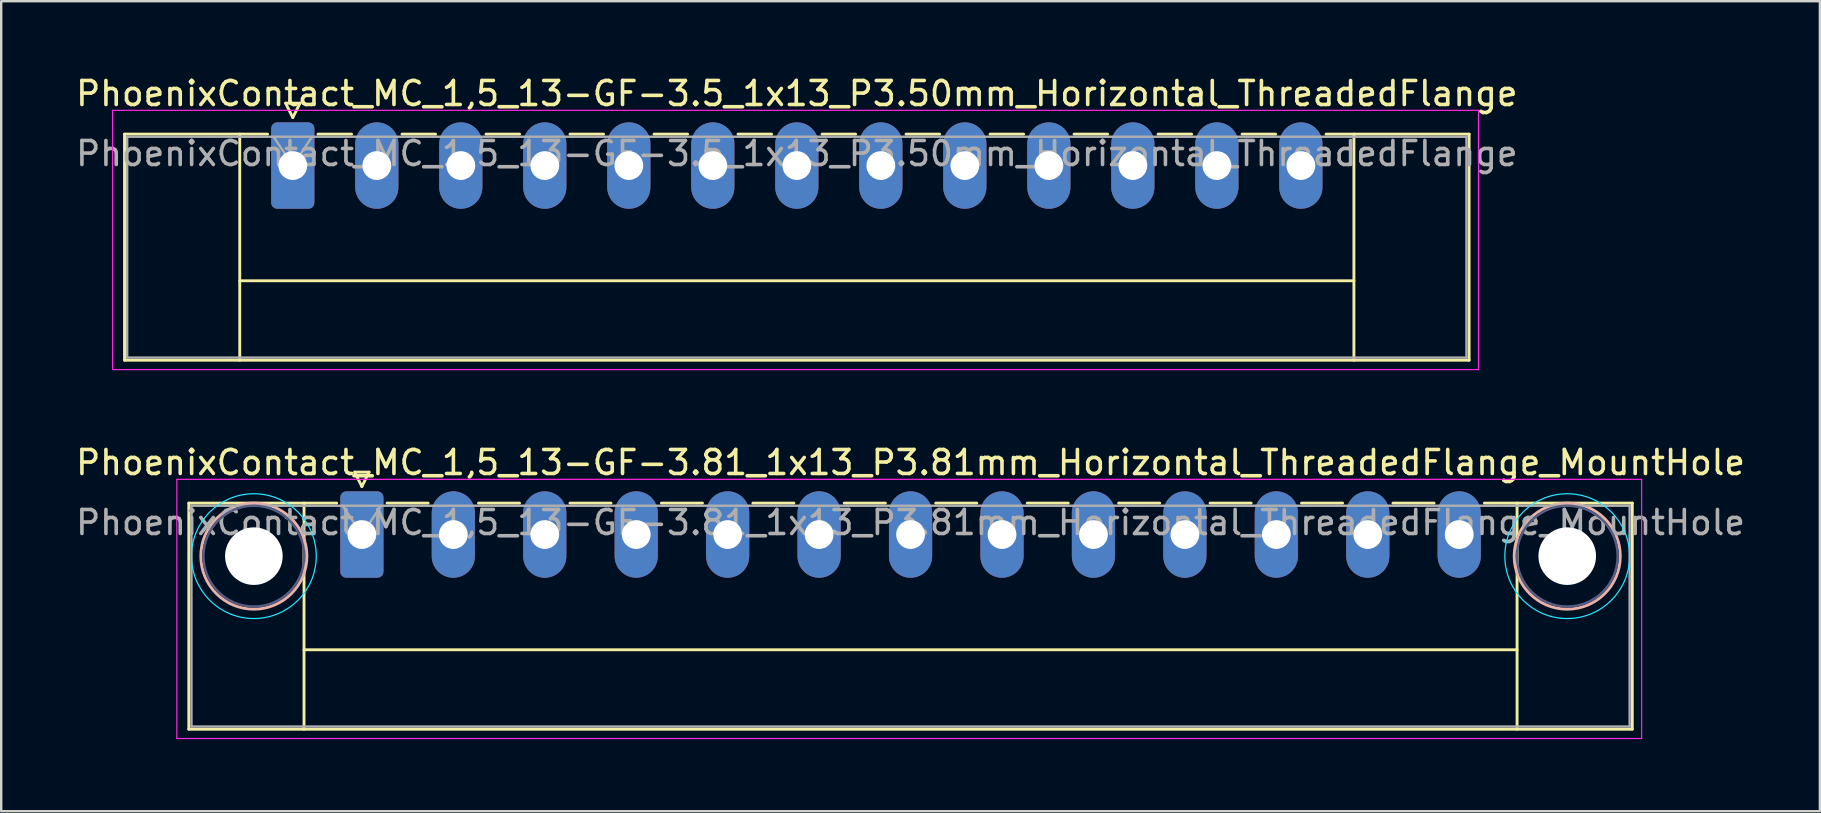
<source format=kicad_pcb>
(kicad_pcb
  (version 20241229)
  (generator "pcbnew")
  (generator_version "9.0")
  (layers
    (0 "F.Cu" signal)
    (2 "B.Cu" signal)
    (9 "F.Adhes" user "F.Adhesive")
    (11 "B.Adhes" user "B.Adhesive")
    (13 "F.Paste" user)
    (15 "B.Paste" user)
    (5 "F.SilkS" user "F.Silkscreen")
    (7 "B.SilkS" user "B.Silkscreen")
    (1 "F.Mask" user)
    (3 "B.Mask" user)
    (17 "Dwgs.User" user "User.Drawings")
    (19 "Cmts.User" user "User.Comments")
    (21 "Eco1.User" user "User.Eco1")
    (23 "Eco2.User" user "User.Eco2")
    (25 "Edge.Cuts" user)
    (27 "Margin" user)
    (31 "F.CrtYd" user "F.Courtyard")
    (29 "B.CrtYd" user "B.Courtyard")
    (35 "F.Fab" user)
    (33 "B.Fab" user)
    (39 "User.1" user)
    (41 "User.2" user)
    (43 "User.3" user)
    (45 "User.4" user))
  (footprint "PhoenixContact_MC_1,5_13-GF-3.5_1x13_P3.50mm_Horizontal_ThreadedFlange"
    (layer "F.Cu")
    (at 9.149 3.848)
    (property "Reference" "PhoenixContact_MC_1,5_13-GF-3.5_1x13_P3.50mm_Horizontal_ThreadedFlange" (at 21 -3 0) (layer "F.SilkS") (effects (font (size 1 1) (thickness 0.15))))
    (attr through_hole)
    (fp_line (start -7.01 -1.31) (end -7.01 8.11) (stroke (width 0.12) (type solid)) (layer "F.SilkS"))
    (fp_line (start -7.01 -1.31) (end -1.05 -1.31) (stroke (width 0.12) (type solid)) (layer "F.SilkS"))
    (fp_line (start -7.01 8.11) (end 49.01 8.11) (stroke (width 0.12) (type solid)) (layer "F.SilkS"))
    (fp_line (start -2.21 -1.31) (end -2.21 8.11) (stroke (width 0.12) (type solid)) (layer "F.SilkS"))
    (fp_line (start -2.21 4.8) (end 44.21 4.8) (stroke (width 0.12) (type solid)) (layer "F.SilkS"))
    (fp_line (start -0.3 -2.6) (end 0.3 -2.6) (stroke (width 0.12) (type solid)) (layer "F.SilkS"))
    (fp_line (start 0 -2) (end -0.3 -2.6) (stroke (width 0.12) (type solid)) (layer "F.SilkS"))
    (fp_line (start 0.3 -2.6) (end 0 -2) (stroke (width 0.12) (type solid)) (layer "F.SilkS"))
    (fp_line (start 1.05 -1.31) (end 2.45 -1.31) (stroke (width 0.12) (type solid)) (layer "F.SilkS"))
    (fp_line (start 4.55 -1.31) (end 5.95 -1.31) (stroke (width 0.12) (type solid)) (layer "F.SilkS"))
    (fp_line (start 8.05 -1.31) (end 9.45 -1.31) (stroke (width 0.12) (type solid)) (layer "F.SilkS"))
    (fp_line (start 11.55 -1.31) (end 12.95 -1.31) (stroke (width 0.12) (type solid)) (layer "F.SilkS"))
    (fp_line (start 15.05 -1.31) (end 16.45 -1.31) (stroke (width 0.12) (type solid)) (layer "F.SilkS"))
    (fp_line (start 18.55 -1.31) (end 19.95 -1.31) (stroke (width 0.12) (type solid)) (layer "F.SilkS"))
    (fp_line (start 22.05 -1.31) (end 23.45 -1.31) (stroke (width 0.12) (type solid)) (layer "F.SilkS"))
    (fp_line (start 25.55 -1.31) (end 26.95 -1.31) (stroke (width 0.12) (type solid)) (layer "F.SilkS"))
    (fp_line (start 29.05 -1.31) (end 30.45 -1.31) (stroke (width 0.12) (type solid)) (layer "F.SilkS"))
    (fp_line (start 32.55 -1.31) (end 33.95 -1.31) (stroke (width 0.12) (type solid)) (layer "F.SilkS"))
    (fp_line (start 36.05 -1.31) (end 37.45 -1.31) (stroke (width 0.12) (type solid)) (layer "F.SilkS"))
    (fp_line (start 39.55 -1.31) (end 40.95 -1.31) (stroke (width 0.12) (type solid)) (layer "F.SilkS"))
    (fp_line (start 44.21 -1.31) (end 44.21 8.11) (stroke (width 0.12) (type solid)) (layer "F.SilkS"))
    (fp_line (start 49.01 -1.31) (end 43.05 -1.31) (stroke (width 0.12) (type solid)) (layer "F.SilkS"))
    (fp_line (start 49.01 8.11) (end 49.01 -1.31) (stroke (width 0.12) (type solid)) (layer "F.SilkS"))
    (fp_line (start -7.51 -2.3) (end -7.51 8.5) (stroke (width 0.05) (type solid)) (layer "F.CrtYd"))
    (fp_line (start -7.51 8.5) (end 49.4 8.5) (stroke (width 0.05) (type solid)) (layer "F.CrtYd"))
    (fp_line (start 49.4 -2.3) (end -7.51 -2.3) (stroke (width 0.05) (type solid)) (layer "F.CrtYd"))
    (fp_line (start 49.4 8.5) (end 49.4 -2.3) (stroke (width 0.05) (type solid)) (layer "F.CrtYd"))
    (fp_line (start -6.9 -1.2) (end -6.9 8) (stroke (width 0.1) (type solid)) (layer "F.Fab"))
    (fp_line (start -6.9 8) (end 48.9 8) (stroke (width 0.1) (type solid)) (layer "F.Fab"))
    (fp_line (start 0 0) (end -0.8 -1.2) (stroke (width 0.1) (type solid)) (layer "F.Fab"))
    (fp_line (start 0.8 -1.2) (end 0 0) (stroke (width 0.1) (type solid)) (layer "F.Fab"))
    (fp_line (start 48.9 -1.2) (end -6.9 -1.2) (stroke (width 0.1) (type solid)) (layer "F.Fab"))
    (fp_line (start 48.9 8) (end 48.9 -1.2) (stroke (width 0.1) (type solid)) (layer "F.Fab"))
    (fp_text user "${REFERENCE}" (at 21 -0.5 0) (layer "F.Fab") (effects (font (size 1 1) (thickness 0.15))))
    (pad "1" thru_hole roundrect (at 0 0) (size 1.8 3.6) (drill 1.2) (layers "*.Cu" "*.Mask") (roundrect_rratio 0.139))
    (pad "2" thru_hole oval (at 3.5 0) (size 1.8 3.6) (drill 1.2) (layers "*.Cu" "*.Mask"))
    (pad "3" thru_hole oval (at 7 0) (size 1.8 3.6) (drill 1.2) (layers "*.Cu" "*.Mask"))
    (pad "4" thru_hole oval (at 10.5 0) (size 1.8 3.6) (drill 1.2) (layers "*.Cu" "*.Mask"))
    (pad "5" thru_hole oval (at 14 0) (size 1.8 3.6) (drill 1.2) (layers "*.Cu" "*.Mask"))
    (pad "6" thru_hole oval (at 17.5 0) (size 1.8 3.6) (drill 1.2) (layers "*.Cu" "*.Mask"))
    (pad "7" thru_hole oval (at 21 0) (size 1.8 3.6) (drill 1.2) (layers "*.Cu" "*.Mask"))
    (pad "8" thru_hole oval (at 24.5 0) (size 1.8 3.6) (drill 1.2) (layers "*.Cu" "*.Mask"))
    (pad "9" thru_hole oval (at 28 0) (size 1.8 3.6) (drill 1.2) (layers "*.Cu" "*.Mask"))
    (pad "10" thru_hole oval (at 31.5 0) (size 1.8 3.6) (drill 1.2) (layers "*.Cu" "*.Mask"))
    (pad "11" thru_hole oval (at 35 0) (size 1.8 3.6) (drill 1.2) (layers "*.Cu" "*.Mask"))
    (pad "12" thru_hole oval (at 38.5 0) (size 1.8 3.6) (drill 1.2) (layers "*.Cu" "*.Mask"))
    (pad "13" thru_hole oval (at 42 0) (size 1.8 3.6) (drill 1.2) (layers "*.Cu" "*.Mask")))
  (footprint "PhoenixContact_MC_1,5_13-GF-3.81_1x13_P3.81mm_Horizontal_ThreadedFlange_MountHole"
    (layer "F.Cu")
    (at 12.027 19.221)
    (property "Reference" "PhoenixContact_MC_1,5_13-GF-3.81_1x13_P3.81mm_Horizontal_ThreadedFlange_MountHole" (at 22.86 -3 0) (layer "F.SilkS") (effects (font (size 1 1) (thickness 0.15))))
    (attr through_hole)
    (fp_line (start -7.21 -1.31) (end -7.21 8.11) (stroke (width 0.12) (type solid)) (layer "F.SilkS"))
    (fp_line (start -7.21 -1.31) (end -1.05 -1.31) (stroke (width 0.12) (type solid)) (layer "F.SilkS"))
    (fp_line (start -7.21 8.11) (end 52.93 8.11) (stroke (width 0.12) (type solid)) (layer "F.SilkS"))
    (fp_line (start -2.41 -1.31) (end -2.41 8.11) (stroke (width 0.12) (type solid)) (layer "F.SilkS"))
    (fp_line (start -2.41 4.8) (end 48.13 4.8) (stroke (width 0.12) (type solid)) (layer "F.SilkS"))
    (fp_line (start -0.3 -2.6) (end 0.3 -2.6) (stroke (width 0.12) (type solid)) (layer "F.SilkS"))
    (fp_line (start 0 -2) (end -0.3 -2.6) (stroke (width 0.12) (type solid)) (layer "F.SilkS"))
    (fp_line (start 0.3 -2.6) (end 0 -2) (stroke (width 0.12) (type solid)) (layer "F.SilkS"))
    (fp_line (start 1.05 -1.31) (end 2.76 -1.31) (stroke (width 0.12) (type solid)) (layer "F.SilkS"))
    (fp_line (start 4.86 -1.31) (end 6.57 -1.31) (stroke (width 0.12) (type solid)) (layer "F.SilkS"))
    (fp_line (start 8.67 -1.31) (end 10.38 -1.31) (stroke (width 0.12) (type solid)) (layer "F.SilkS"))
    (fp_line (start 12.48 -1.31) (end 14.19 -1.31) (stroke (width 0.12) (type solid)) (layer "F.SilkS"))
    (fp_line (start 16.29 -1.31) (end 18 -1.31) (stroke (width 0.12) (type solid)) (layer "F.SilkS"))
    (fp_line (start 20.1 -1.31) (end 21.81 -1.31) (stroke (width 0.12) (type solid)) (layer "F.SilkS"))
    (fp_line (start 23.91 -1.31) (end 25.62 -1.31) (stroke (width 0.12) (type solid)) (layer "F.SilkS"))
    (fp_line (start 27.72 -1.31) (end 29.43 -1.31) (stroke (width 0.12) (type solid)) (layer "F.SilkS"))
    (fp_line (start 31.53 -1.31) (end 33.24 -1.31) (stroke (width 0.12) (type solid)) (layer "F.SilkS"))
    (fp_line (start 35.34 -1.31) (end 37.05 -1.31) (stroke (width 0.12) (type solid)) (layer "F.SilkS"))
    (fp_line (start 39.15 -1.31) (end 40.86 -1.31) (stroke (width 0.12) (type solid)) (layer "F.SilkS"))
    (fp_line (start 42.96 -1.31) (end 44.67 -1.31) (stroke (width 0.12) (type solid)) (layer "F.SilkS"))
    (fp_line (start 48.13 -1.31) (end 48.13 8.11) (stroke (width 0.12) (type solid)) (layer "F.SilkS"))
    (fp_line (start 52.93 -1.31) (end 46.77 -1.31) (stroke (width 0.12) (type solid)) (layer "F.SilkS"))
    (fp_line (start 52.93 8.11) (end 52.93 -1.31) (stroke (width 0.12) (type solid)) (layer "F.SilkS"))
    (fp_circle (center -4.5 0.9) (end -2.29 0.9) (stroke (width 0.12) (type solid)) (fill no) (layer "B.SilkS"))
    (fp_circle (center 50.22 0.9) (end 52.43 0.9) (stroke (width 0.12) (type solid)) (fill no) (layer "B.SilkS"))
    (fp_circle (center -4.5 0.9) (end -1.9 0.9) (stroke (width 0.05) (type solid)) (fill no) (layer "B.CrtYd"))
    (fp_circle (center 50.22 0.9) (end 52.82 0.9) (stroke (width 0.05) (type solid)) (fill no) (layer "B.CrtYd"))
    (fp_line (start -7.71 -2.3) (end -7.71 8.5) (stroke (width 0.05) (type solid)) (layer "F.CrtYd"))
    (fp_line (start -7.71 8.5) (end 53.32 8.5) (stroke (width 0.05) (type solid)) (layer "F.CrtYd"))
    (fp_line (start 53.32 -2.3) (end -7.71 -2.3) (stroke (width 0.05) (type solid)) (layer "F.CrtYd"))
    (fp_line (start 53.32 8.5) (end 53.32 -2.3) (stroke (width 0.05) (type solid)) (layer "F.CrtYd"))
    (fp_circle (center -4.5 0.9) (end -2.4 0.9) (stroke (width 0.1) (type solid)) (fill no) (layer "B.Fab"))
    (fp_circle (center 50.22 0.9) (end 52.32 0.9) (stroke (width 0.1) (type solid)) (fill no) (layer "B.Fab"))
    (fp_line (start -7.1 -1.2) (end -7.1 8) (stroke (width 0.1) (type solid)) (layer "F.Fab"))
    (fp_line (start -7.1 8) (end 52.82 8) (stroke (width 0.1) (type solid)) (layer "F.Fab"))
    (fp_line (start 0 0) (end -0.8 -1.2) (stroke (width 0.1) (type solid)) (layer "F.Fab"))
    (fp_line (start 0.8 -1.2) (end 0 0) (stroke (width 0.1) (type solid)) (layer "F.Fab"))
    (fp_line (start 52.82 -1.2) (end -7.1 -1.2) (stroke (width 0.1) (type solid)) (layer "F.Fab"))
    (fp_line (start 52.82 8) (end 52.82 -1.2) (stroke (width 0.1) (type solid)) (layer "F.Fab"))
    (fp_text user "${REFERENCE}" (at 22.86 -0.5 0) (layer "F.Fab") (effects (font (size 1 1) (thickness 0.15))))
    (pad "" np_thru_hole circle (at -4.5 0.9) (size 2.4 2.4) (drill 2.4) (layers "*.Cu" "*.Mask"))
    (pad "" np_thru_hole circle (at 50.22 0.9) (size 2.4 2.4) (drill 2.4) (layers "*.Cu" "*.Mask"))
    (pad "1" thru_hole roundrect (at 0 0) (size 1.8 3.6) (drill 1.2) (layers "*.Cu" "*.Mask") (roundrect_rratio 0.139))
    (pad "2" thru_hole oval (at 3.81 0) (size 1.8 3.6) (drill 1.2) (layers "*.Cu" "*.Mask"))
    (pad "3" thru_hole oval (at 7.62 0) (size 1.8 3.6) (drill 1.2) (layers "*.Cu" "*.Mask"))
    (pad "4" thru_hole oval (at 11.43 0) (size 1.8 3.6) (drill 1.2) (layers "*.Cu" "*.Mask"))
    (pad "5" thru_hole oval (at 15.24 0) (size 1.8 3.6) (drill 1.2) (layers "*.Cu" "*.Mask"))
    (pad "6" thru_hole oval (at 19.05 0) (size 1.8 3.6) (drill 1.2) (layers "*.Cu" "*.Mask"))
    (pad "7" thru_hole oval (at 22.86 0) (size 1.8 3.6) (drill 1.2) (layers "*.Cu" "*.Mask"))
    (pad "8" thru_hole oval (at 26.67 0) (size 1.8 3.6) (drill 1.2) (layers "*.Cu" "*.Mask"))
    (pad "9" thru_hole oval (at 30.48 0) (size 1.8 3.6) (drill 1.2) (layers "*.Cu" "*.Mask"))
    (pad "10" thru_hole oval (at 34.29 0) (size 1.8 3.6) (drill 1.2) (layers "*.Cu" "*.Mask"))
    (pad "11" thru_hole oval (at 38.1 0) (size 1.8 3.6) (drill 1.2) (layers "*.Cu" "*.Mask"))
    (pad "12" thru_hole oval (at 41.91 0) (size 1.8 3.6) (drill 1.2) (layers "*.Cu" "*.Mask"))
    (pad "13" thru_hole oval (at 45.72 0) (size 1.8 3.6) (drill 1.2) (layers "*.Cu" "*.Mask")))
  (gr_rect
    (start -3 -3)
    (end 72.774 30.747)
    (stroke (width 0.1) (type default))
    (fill no)
    (layer "Edge.Cuts")))
</source>
